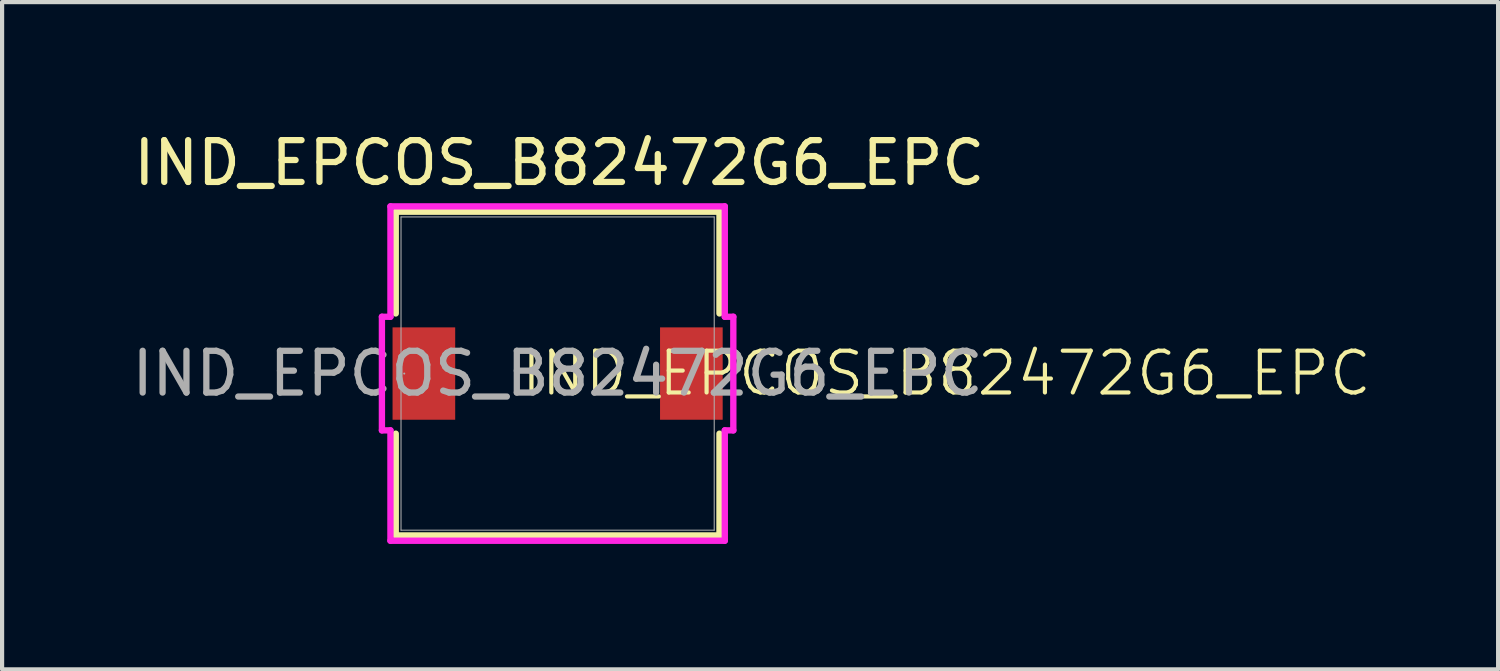
<source format=kicad_pcb>
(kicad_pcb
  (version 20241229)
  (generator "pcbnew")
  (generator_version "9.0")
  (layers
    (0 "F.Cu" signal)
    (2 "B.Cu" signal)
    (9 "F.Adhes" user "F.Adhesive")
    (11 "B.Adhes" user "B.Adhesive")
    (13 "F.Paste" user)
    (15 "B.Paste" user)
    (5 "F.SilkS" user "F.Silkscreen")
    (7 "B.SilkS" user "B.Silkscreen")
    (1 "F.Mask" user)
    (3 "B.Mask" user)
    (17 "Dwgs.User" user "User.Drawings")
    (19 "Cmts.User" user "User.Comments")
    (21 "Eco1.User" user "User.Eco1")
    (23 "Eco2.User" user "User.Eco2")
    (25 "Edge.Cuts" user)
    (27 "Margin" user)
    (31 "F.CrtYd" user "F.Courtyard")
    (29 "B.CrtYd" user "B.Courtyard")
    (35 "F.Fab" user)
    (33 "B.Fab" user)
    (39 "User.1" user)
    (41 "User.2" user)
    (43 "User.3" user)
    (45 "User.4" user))
  (footprint "IND_EPCOS_B82472G6_EPC"
    (layer "F.Cu")
    (at 10.292 5.888)
    (property "Reference" "IND_EPCOS_B82472G6_EPC" (at 0.04 -5.04 0) (unlocked yes) (layer "F.SilkS") (effects (font (size 1 1) (thickness 0.15))))
    (property "Value" "IND_EPCOS_B82472G6_EPC" (at 0.295 1.27 0) (unlocked yes) (layer "F.Fab") (hide yes) (effects (font (size 1 1) (thickness 0.15))))
    (attr smd)
    (fp_line (start -3.873 -3.873) (end -3.873 -1.438) (stroke (width 0.152) (type solid)) (layer "F.SilkS"))
    (fp_line (start -3.873 1.438) (end -3.873 3.873) (stroke (width 0.152) (type solid)) (layer "F.SilkS"))
    (fp_line (start -3.873 3.873) (end 3.873 3.873) (stroke (width 0.152) (type solid)) (layer "F.SilkS"))
    (fp_line (start 3.873 -3.873) (end -3.873 -3.873) (stroke (width 0.152) (type solid)) (layer "F.SilkS"))
    (fp_line (start 3.873 -1.438) (end 3.873 -3.873) (stroke (width 0.152) (type solid)) (layer "F.SilkS"))
    (fp_line (start 3.873 3.873) (end 3.873 1.438) (stroke (width 0.152) (type solid)) (layer "F.SilkS"))
    (fp_line (start -4.204 -1.359) (end -4 -1.359) (stroke (width 0.152) (type solid)) (layer "F.CrtYd"))
    (fp_line (start -4.204 1.359) (end -4.204 -1.359) (stroke (width 0.152) (type solid)) (layer "F.CrtYd"))
    (fp_line (start -4 -4) (end 4 -4) (stroke (width 0.152) (type solid)) (layer "F.CrtYd"))
    (fp_line (start -4 -1.359) (end -4 -4) (stroke (width 0.152) (type solid)) (layer "F.CrtYd"))
    (fp_line (start -4 1.359) (end -4.204 1.359) (stroke (width 0.152) (type solid)) (layer "F.CrtYd"))
    (fp_line (start -4 4) (end -4 1.359) (stroke (width 0.152) (type solid)) (layer "F.CrtYd"))
    (fp_line (start 4 -4) (end 4 -1.359) (stroke (width 0.152) (type solid)) (layer "F.CrtYd"))
    (fp_line (start 4 -1.359) (end 4.204 -1.359) (stroke (width 0.152) (type solid)) (layer "F.CrtYd"))
    (fp_line (start 4 1.359) (end 4 4) (stroke (width 0.152) (type solid)) (layer "F.CrtYd"))
    (fp_line (start 4 4) (end -4 4) (stroke (width 0.152) (type solid)) (layer "F.CrtYd"))
    (fp_line (start 4.204 -1.359) (end 4.204 1.359) (stroke (width 0.152) (type solid)) (layer "F.CrtYd"))
    (fp_line (start 4.204 1.359) (end 4 1.359) (stroke (width 0.152) (type solid)) (layer "F.CrtYd"))
    (fp_line (start -3.747 -3.747) (end -3.747 3.747) (stroke (width 0.025) (type solid)) (layer "F.Fab"))
    (fp_line (start -3.747 3.747) (end 3.747 3.747) (stroke (width 0.025) (type solid)) (layer "F.Fab"))
    (fp_line (start 3.747 -3.747) (end -3.747 -3.747) (stroke (width 0.025) (type solid)) (layer "F.Fab"))
    (fp_line (start 3.747 3.747) (end 3.747 -3.747) (stroke (width 0.025) (type solid)) (layer "F.Fab"))
    (fp_circle (center -3.67 0) (end -3.67 0) (stroke (width 0.025) (type solid)) (fill no) (layer "F.Fab"))
    (fp_text user "${VALUE}" (at -0.93 0.58 0) (unlocked yes) (layer "F.SilkS") (effects (font (size 1 1) (thickness 0.1)) (justify left bottom)))
    (fp_text user "${REFERENCE}" (at 0 0 0) (unlocked yes) (layer "F.Fab") (effects (font (size 1 1) (thickness 0.15))))
    (pad "1" smd rect (at -3.2 0) (size 1.499 2.21) (layers "F.Cu" "F.Mask" "F.Paste"))
    (pad "2" smd rect (at 3.2 0) (size 1.499 2.21) (layers "F.Cu" "F.Mask" "F.Paste"))
    (zone (net_name "") (layer "F.Cu") (hatch full 0.508) (connect_pads) (min_thickness 0.254) (filled_areas_thickness no) (keepout (tracks not_allowed) (vias not_allowed) (pads allowed) (copperpour not_allowed) (footprints allowed)) (placement (enabled no)) (fill) (polygon (pts (xy 7.891 2.193) (xy 12.692 2.193) (xy 12.692 9.584) (xy 7.891 9.584)))))
  (gr_rect
    (start -3 -3)
    (end 32.795 12.965)
    (stroke (width 0.1) (type default))
    (fill no)
    (layer "Edge.Cuts")))
</source>
